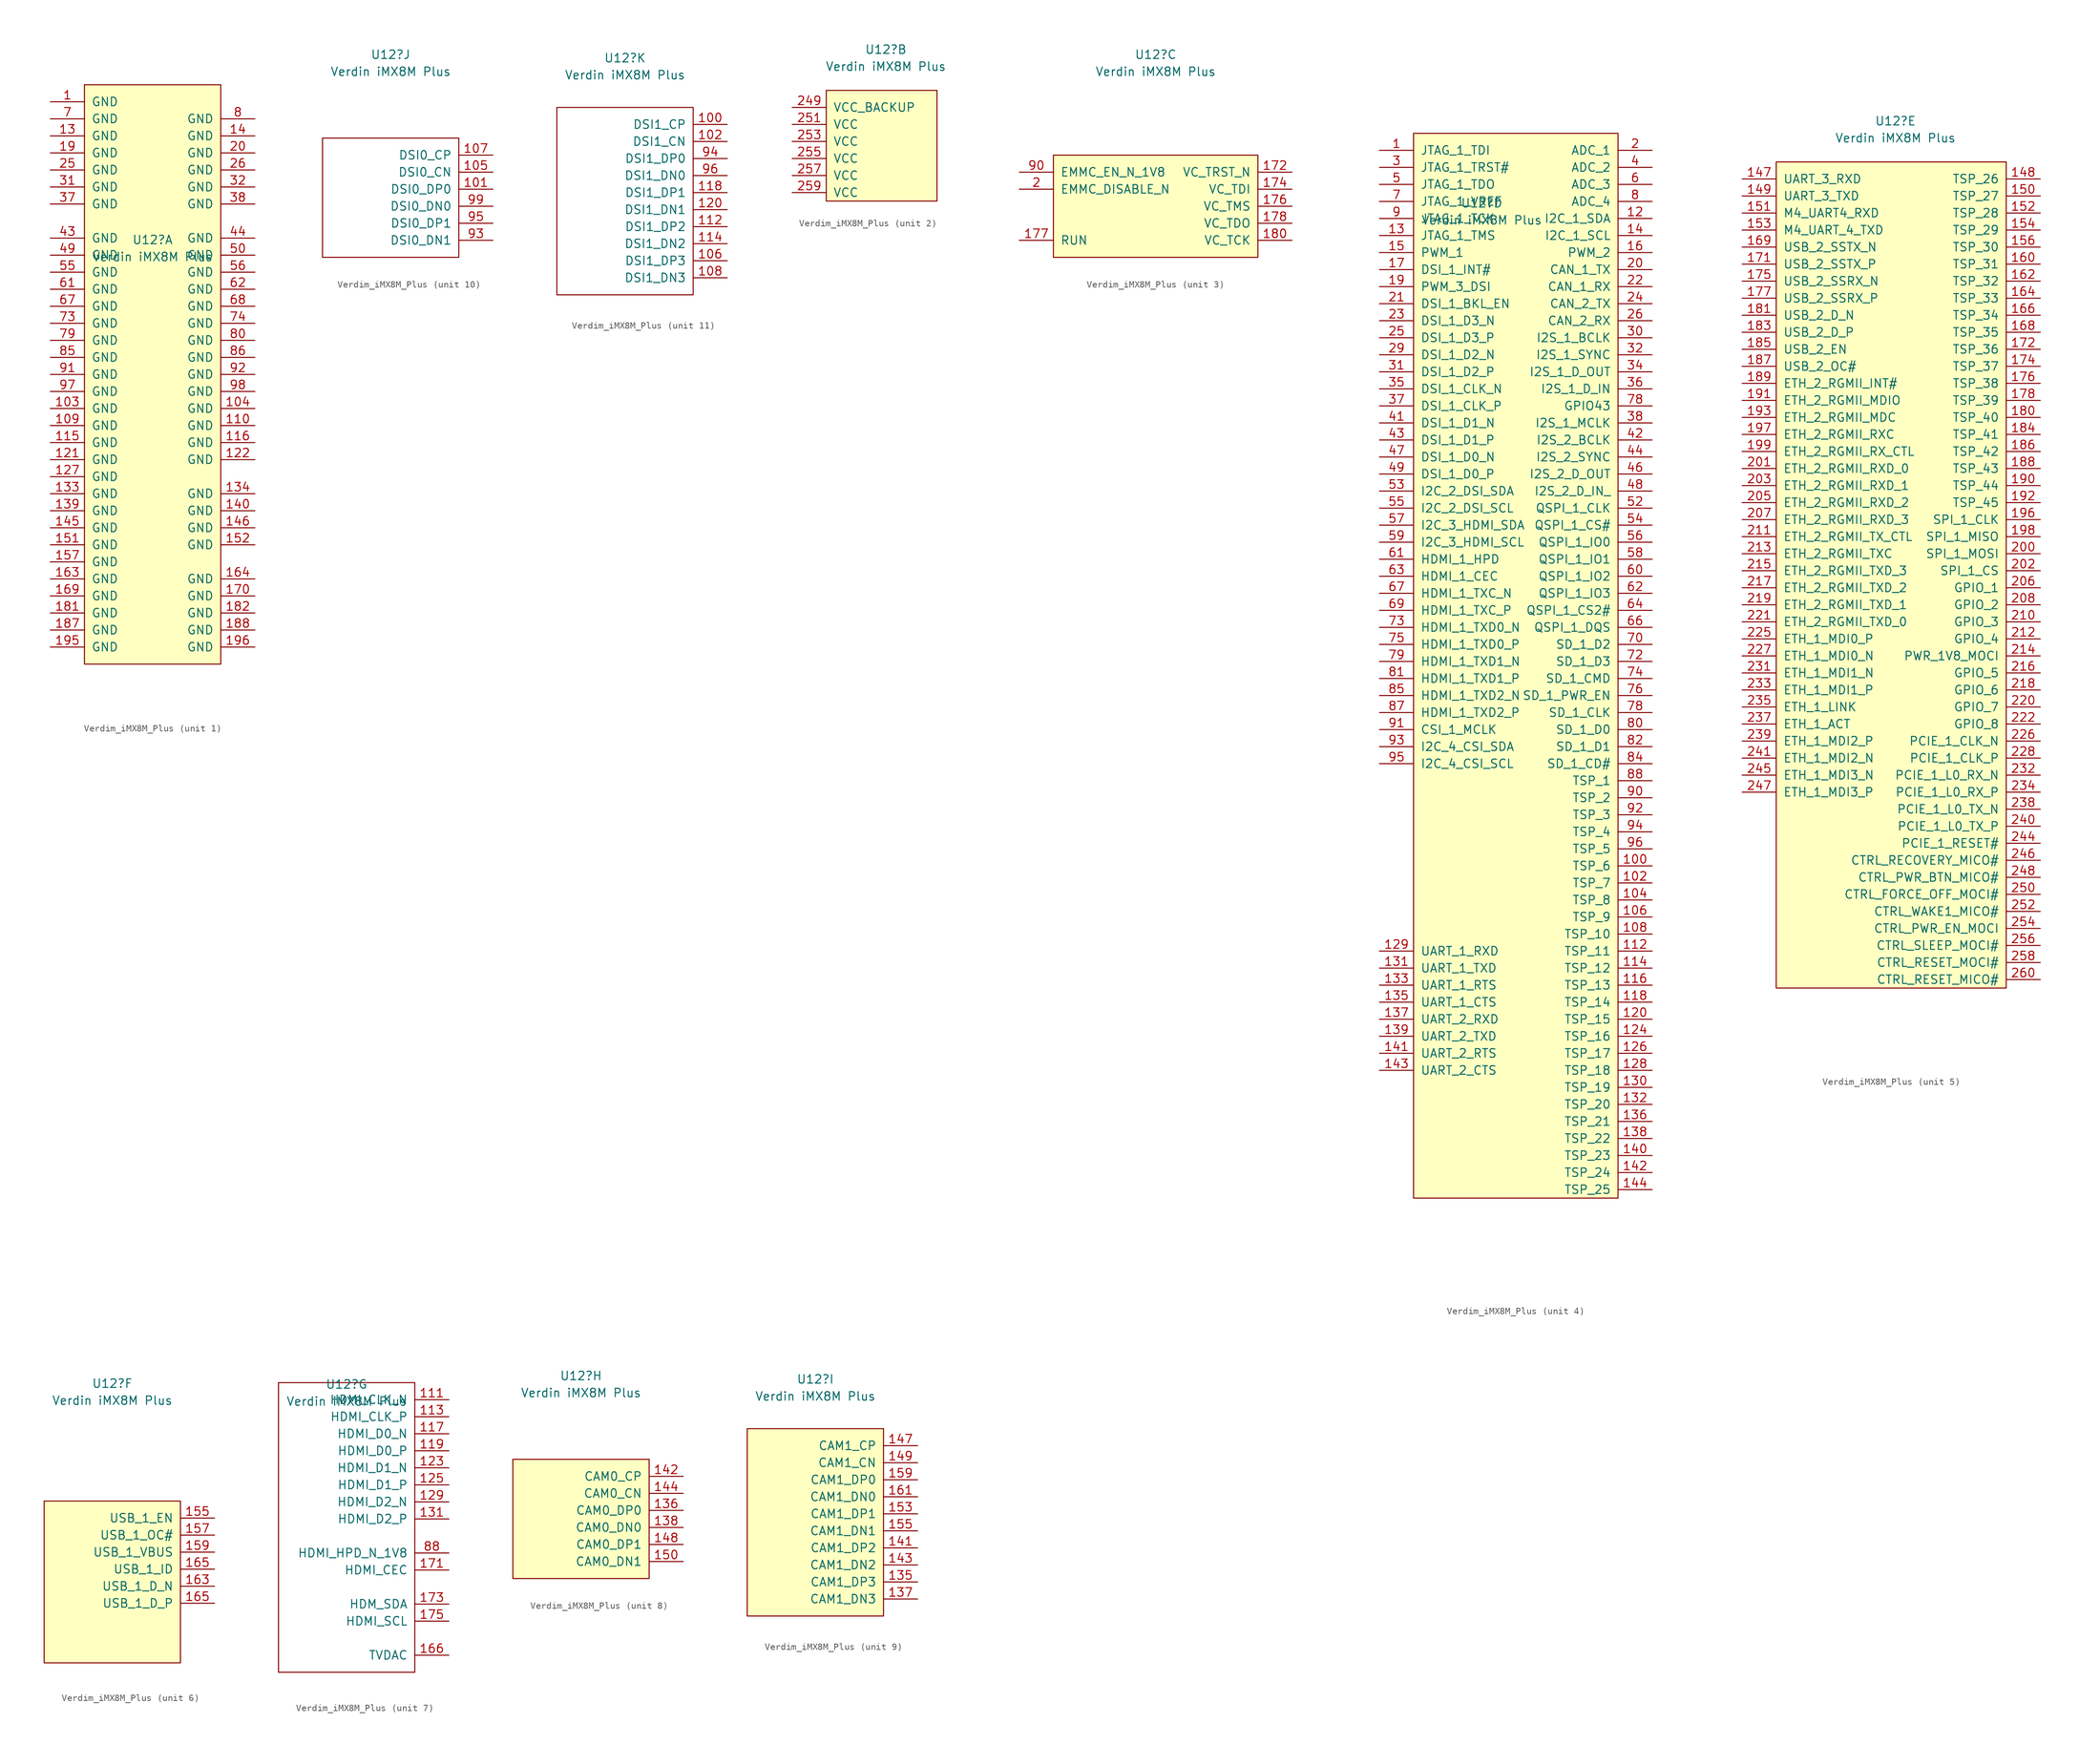
<source format=kicad_sym>
(kicad_symbol_lib
  (version 20220914)
  (generator kicad_symbol_editor)
  (symbol "Verdim_iMX8M_Plus"
    (pin_names
      (offset 1.016))
    (property "Reference" "U12"
      (at 0 22.606 0)
      (effects (font (size 1.27 1.27))))
    (property "Value" "Verdin iMX8M Plus"
      (at 0 20.066 0)
      (effects (font (size 1.27 1.27))))
    (property "ki_locked" ""
      (at 0 0 0)
      (effects (font (size 1.27 1.27))))
    (symbol "Verdim_iMX8M_Plus_1_1"
      (rectangle (start -10.16 45.72) (end 10.16 -40.64) (stroke (width 0) (type default)) (fill (type background)))
      (pin power_in line (at -15.24 43.18 0) (length 5.08) (name "GND" (effects (font (size 1.27 1.27)))) (number "1" (effects (font (size 1.27 1.27)))))
      (pin power_in line (at -15.24 -2.54 0) (length 5.08) (name "GND" (effects (font (size 1.27 1.27)))) (number "103" (effects (font (size 1.27 1.27)))))
      (pin power_in line (at 15.24 -2.54 180) (length 5.08) (name "GND" (effects (font (size 1.27 1.27)))) (number "104" (effects (font (size 1.27 1.27)))))
      (pin power_in line (at -15.24 -5.08 0) (length 5.08) (name "GND" (effects (font (size 1.27 1.27)))) (number "109" (effects (font (size 1.27 1.27)))))
      (pin power_in line (at 15.24 -5.08 180) (length 5.08) (name "GND" (effects (font (size 1.27 1.27)))) (number "110" (effects (font (size 1.27 1.27)))))
      (pin power_in line (at -15.24 -7.62 0) (length 5.08) (name "GND" (effects (font (size 1.27 1.27)))) (number "115" (effects (font (size 1.27 1.27)))))
      (pin power_in line (at 15.24 -7.62 180) (length 5.08) (name "GND" (effects (font (size 1.27 1.27)))) (number "116" (effects (font (size 1.27 1.27)))))
      (pin power_in line (at -15.24 -10.16 0) (length 5.08) (name "GND" (effects (font (size 1.27 1.27)))) (number "121" (effects (font (size 1.27 1.27)))))
      (pin power_in line (at 15.24 -10.16 180) (length 5.08) (name "GND" (effects (font (size 1.27 1.27)))) (number "122" (effects (font (size 1.27 1.27)))))
      (pin power_in line (at -15.24 -12.7 0) (length 5.08) (name "GND" (effects (font (size 1.27 1.27)))) (number "127" (effects (font (size 1.27 1.27)))))
      (pin power_in line (at -15.24 38.1 0) (length 5.08) (name "GND" (effects (font (size 1.27 1.27)))) (number "13" (effects (font (size 1.27 1.27)))))
      (pin power_in line (at -15.24 -15.24 0) (length 5.08) (name "GND" (effects (font (size 1.27 1.27)))) (number "133" (effects (font (size 1.27 1.27)))))
      (pin power_in line (at 15.24 -15.24 180) (length 5.08) (name "GND" (effects (font (size 1.27 1.27)))) (number "134" (effects (font (size 1.27 1.27)))))
      (pin power_in line (at -15.24 -17.78 0) (length 5.08) (name "GND" (effects (font (size 1.27 1.27)))) (number "139" (effects (font (size 1.27 1.27)))))
      (pin power_in line (at 15.24 38.1 180) (length 5.08) (name "GND" (effects (font (size 1.27 1.27)))) (number "14" (effects (font (size 1.27 1.27)))))
      (pin power_in line (at 15.24 -17.78 180) (length 5.08) (name "GND" (effects (font (size 1.27 1.27)))) (number "140" (effects (font (size 1.27 1.27)))))
      (pin power_in line (at -15.24 -20.32 0) (length 5.08) (name "GND" (effects (font (size 1.27 1.27)))) (number "145" (effects (font (size 1.27 1.27)))))
      (pin power_in line (at 15.24 -20.32 180) (length 5.08) (name "GND" (effects (font (size 1.27 1.27)))) (number "146" (effects (font (size 1.27 1.27)))))
      (pin power_in line (at -15.24 -22.86 0) (length 5.08) (name "GND" (effects (font (size 1.27 1.27)))) (number "151" (effects (font (size 1.27 1.27)))))
      (pin power_in line (at 15.24 -22.86 180) (length 5.08) (name "GND" (effects (font (size 1.27 1.27)))) (number "152" (effects (font (size 1.27 1.27)))))
      (pin power_in line (at -15.24 -25.4 0) (length 5.08) (name "GND" (effects (font (size 1.27 1.27)))) (number "157" (effects (font (size 1.27 1.27)))))
      (pin power_in line (at -15.24 -27.94 0) (length 5.08) (name "GND" (effects (font (size 1.27 1.27)))) (number "163" (effects (font (size 1.27 1.27)))))
      (pin power_in line (at 15.24 -27.94 180) (length 5.08) (name "GND" (effects (font (size 1.27 1.27)))) (number "164" (effects (font (size 1.27 1.27)))))
      (pin power_in line (at -15.24 -30.48 0) (length 5.08) (name "GND" (effects (font (size 1.27 1.27)))) (number "169" (effects (font (size 1.27 1.27)))))
      (pin power_in line (at 15.24 -30.48 180) (length 5.08) (name "GND" (effects (font (size 1.27 1.27)))) (number "170" (effects (font (size 1.27 1.27)))))
      (pin power_in line (at -15.24 -33.02 0) (length 5.08) (name "GND" (effects (font (size 1.27 1.27)))) (number "181" (effects (font (size 1.27 1.27)))))
      (pin power_in line (at 15.24 -33.02 180) (length 5.08) (name "GND" (effects (font (size 1.27 1.27)))) (number "182" (effects (font (size 1.27 1.27)))))
      (pin power_in line (at -15.24 -35.56 0) (length 5.08) (name "GND" (effects (font (size 1.27 1.27)))) (number "187" (effects (font (size 1.27 1.27)))))
      (pin power_in line (at 15.24 -35.56 180) (length 5.08) (name "GND" (effects (font (size 1.27 1.27)))) (number "188" (effects (font (size 1.27 1.27)))))
      (pin power_in line (at -15.24 35.56 0) (length 5.08) (name "GND" (effects (font (size 1.27 1.27)))) (number "19" (effects (font (size 1.27 1.27)))))
      (pin power_in line (at -15.24 -38.1 0) (length 5.08) (name "GND" (effects (font (size 1.27 1.27)))) (number "195" (effects (font (size 1.27 1.27)))))
      (pin power_in line (at 15.24 -38.1 180) (length 5.08) (name "GND" (effects (font (size 1.27 1.27)))) (number "196" (effects (font (size 1.27 1.27)))))
      (pin power_in line (at 15.24 35.56 180) (length 5.08) (name "GND" (effects (font (size 1.27 1.27)))) (number "20" (effects (font (size 1.27 1.27)))))
      (pin power_in line (at -15.24 33.02 0) (length 5.08) (name "GND" (effects (font (size 1.27 1.27)))) (number "25" (effects (font (size 1.27 1.27)))))
      (pin power_in line (at 15.24 33.02 180) (length 5.08) (name "GND" (effects (font (size 1.27 1.27)))) (number "26" (effects (font (size 1.27 1.27)))))
      (pin power_in line (at -15.24 30.48 0) (length 5.08) (name "GND" (effects (font (size 1.27 1.27)))) (number "31" (effects (font (size 1.27 1.27)))))
      (pin power_in line (at 15.24 30.48 180) (length 5.08) (name "GND" (effects (font (size 1.27 1.27)))) (number "32" (effects (font (size 1.27 1.27)))))
      (pin power_in line (at -15.24 27.94 0) (length 5.08) (name "GND" (effects (font (size 1.27 1.27)))) (number "37" (effects (font (size 1.27 1.27)))))
      (pin power_in line (at 15.24 27.94 180) (length 5.08) (name "GND" (effects (font (size 1.27 1.27)))) (number "38" (effects (font (size 1.27 1.27)))))
      (pin power_in line (at -15.24 22.86 0) (length 5.08) (name "GND" (effects (font (size 1.27 1.27)))) (number "43" (effects (font (size 1.27 1.27)))))
      (pin power_in line (at 15.24 22.86 180) (length 5.08) (name "GND" (effects (font (size 1.27 1.27)))) (number "44" (effects (font (size 1.27 1.27)))))
      (pin power_in line (at -15.24 20.32 0) (length 5.08) (name "GND" (effects (font (size 1.27 1.27)))) (number "49" (effects (font (size 1.27 1.27)))))
      (pin power_in line (at 15.24 20.32 180) (length 5.08) (name "GND" (effects (font (size 1.27 1.27)))) (number "50" (effects (font (size 1.27 1.27)))))
      (pin power_in line (at -15.24 17.78 0) (length 5.08) (name "GND" (effects (font (size 1.27 1.27)))) (number "55" (effects (font (size 1.27 1.27)))))
      (pin power_in line (at 15.24 17.78 180) (length 5.08) (name "GND" (effects (font (size 1.27 1.27)))) (number "56" (effects (font (size 1.27 1.27)))))
      (pin power_in line (at -15.24 15.24 0) (length 5.08) (name "GND" (effects (font (size 1.27 1.27)))) (number "61" (effects (font (size 1.27 1.27)))))
      (pin power_in line (at 15.24 15.24 180) (length 5.08) (name "GND" (effects (font (size 1.27 1.27)))) (number "62" (effects (font (size 1.27 1.27)))))
      (pin power_in line (at -15.24 12.7 0) (length 5.08) (name "GND" (effects (font (size 1.27 1.27)))) (number "67" (effects (font (size 1.27 1.27)))))
      (pin power_in line (at 15.24 12.7 180) (length 5.08) (name "GND" (effects (font (size 1.27 1.27)))) (number "68" (effects (font (size 1.27 1.27)))))
      (pin power_in line (at -15.24 40.64 0) (length 5.08) (name "GND" (effects (font (size 1.27 1.27)))) (number "7" (effects (font (size 1.27 1.27)))))
      (pin power_in line (at -15.24 10.16 0) (length 5.08) (name "GND" (effects (font (size 1.27 1.27)))) (number "73" (effects (font (size 1.27 1.27)))))
      (pin power_in line (at 15.24 10.16 180) (length 5.08) (name "GND" (effects (font (size 1.27 1.27)))) (number "74" (effects (font (size 1.27 1.27)))))
      (pin power_in line (at -15.24 7.62 0) (length 5.08) (name "GND" (effects (font (size 1.27 1.27)))) (number "79" (effects (font (size 1.27 1.27)))))
      (pin power_in line (at 15.24 40.64 180) (length 5.08) (name "GND" (effects (font (size 1.27 1.27)))) (number "8" (effects (font (size 1.27 1.27)))))
      (pin power_in line (at 15.24 7.62 180) (length 5.08) (name "GND" (effects (font (size 1.27 1.27)))) (number "80" (effects (font (size 1.27 1.27)))))
      (pin power_in line (at -15.24 5.08 0) (length 5.08) (name "GND" (effects (font (size 1.27 1.27)))) (number "85" (effects (font (size 1.27 1.27)))))
      (pin power_in line (at 15.24 5.08 180) (length 5.08) (name "GND" (effects (font (size 1.27 1.27)))) (number "86" (effects (font (size 1.27 1.27)))))
      (pin power_in line (at -15.24 2.54 0) (length 5.08) (name "GND" (effects (font (size 1.27 1.27)))) (number "91" (effects (font (size 1.27 1.27)))))
      (pin power_in line (at 15.24 2.54 180) (length 5.08) (name "GND" (effects (font (size 1.27 1.27)))) (number "92" (effects (font (size 1.27 1.27)))))
      (pin power_in line (at -15.24 0 0) (length 5.08) (name "GND" (effects (font (size 1.27 1.27)))) (number "97" (effects (font (size 1.27 1.27)))))
      (pin power_in line (at 15.24 0 180) (length 5.08) (name "GND" (effects (font (size 1.27 1.27)))) (number "98" (effects (font (size 1.27 1.27))))))
    (symbol "Verdim_iMX8M_Plus_2_1"
      (rectangle (start -8.89 16.51) (end 7.62 0) (stroke (width 0) (type default)) (fill (type background)))
      (pin power_in line (at -13.97 13.97 0) (length 5.08) (name "VCC_BACKUP" (effects (font (size 1.27 1.27)))) (number "249" (effects (font (size 1.27 1.27)))))
      (pin power_in line (at -13.97 11.43 0) (length 5.08) (name "VCC" (effects (font (size 1.27 1.27)))) (number "251" (effects (font (size 1.27 1.27)))))
      (pin power_in line (at -13.97 8.89 0) (length 5.08) (name "VCC" (effects (font (size 1.27 1.27)))) (number "253" (effects (font (size 1.27 1.27)))))
      (pin power_in line (at -13.97 6.35 0) (length 5.08) (name "VCC" (effects (font (size 1.27 1.27)))) (number "255" (effects (font (size 1.27 1.27)))))
      (pin power_in line (at -13.97 3.81 0) (length 5.08) (name "VCC" (effects (font (size 1.27 1.27)))) (number "257" (effects (font (size 1.27 1.27)))))
      (pin power_in line (at -13.97 1.27 0) (length 5.08) (name "VCC" (effects (font (size 1.27 1.27)))) (number "259" (effects (font (size 1.27 1.27))))))
    (symbol "Verdim_iMX8M_Plus_3_1"
      (rectangle (start -15.24 7.62) (end 15.24 -7.62) (stroke (width 0) (type default)) (fill (type background)))
      (pin input line (at 20.32 5.08 180) (length 5.08) (name "VC_TRST_N" (effects (font (size 1.27 1.27)))) (number "172" (effects (font (size 1.27 1.27)))))
      (pin input line (at 20.32 2.54 180) (length 5.08) (name "VC_TDI" (effects (font (size 1.27 1.27)))) (number "174" (effects (font (size 1.27 1.27)))))
      (pin input line (at 20.32 0 180) (length 5.08) (name "VC_TMS" (effects (font (size 1.27 1.27)))) (number "176" (effects (font (size 1.27 1.27)))))
      (pin input line (at -20.32 -5.08 0) (length 5.08) (name "RUN" (effects (font (size 1.27 1.27)))) (number "177" (effects (font (size 1.27 1.27)))))
      (pin output line (at 20.32 -2.54 180) (length 5.08) (name "VC_TDO" (effects (font (size 1.27 1.27)))) (number "178" (effects (font (size 1.27 1.27)))))
      (pin input line (at 20.32 -5.08 180) (length 5.08) (name "VC_TCK" (effects (font (size 1.27 1.27)))) (number "180" (effects (font (size 1.27 1.27)))))
      (pin input line (at -20.32 2.54 0) (length 5.08) (name "EMMC_DISABLE_N" (effects (font (size 1.27 1.27)))) (number "2" (effects (font (size 1.27 1.27)))))
      (pin output line (at -20.32 5.08 0) (length 5.08) (name "EMMC_EN_N_1V8" (effects (font (size 1.27 1.27)))) (number "90" (effects (font (size 1.27 1.27))))))
    (symbol "Verdim_iMX8M_Plus_4_1"
      (rectangle (start -10.16 33.02) (end 20.32 -125.73) (stroke (width 0) (type default)) (fill (type background)))
      (pin bidirectional line (at -15.24 30.48 0) (length 5.08) (name "JTAG_1_TDI" (effects (font (size 1.27 1.27)))) (number "1" (effects (font (size 1.27 1.27)))))
      (pin bidirectional line (at 25.4 -76.2 180) (length 5.08) (name "TSP_6" (effects (font (size 1.27 1.27)))) (number "100" (effects (font (size 1.27 1.27)))))
      (pin bidirectional line (at 25.4 -78.74 180) (length 5.08) (name "TSP_7" (effects (font (size 1.27 1.27)))) (number "102" (effects (font (size 1.27 1.27)))))
      (pin bidirectional line (at 25.4 -81.28 180) (length 5.08) (name "TSP_8" (effects (font (size 1.27 1.27)))) (number "104" (effects (font (size 1.27 1.27)))))
      (pin bidirectional line (at 25.4 -83.82 180) (length 5.08) (name "TSP_9" (effects (font (size 1.27 1.27)))) (number "106" (effects (font (size 1.27 1.27)))))
      (pin bidirectional line (at 25.4 -86.36 180) (length 5.08) (name "TSP_10" (effects (font (size 1.27 1.27)))) (number "108" (effects (font (size 1.27 1.27)))))
      (pin bidirectional line (at 25.4 -88.9 180) (length 5.08) (name "TSP_11" (effects (font (size 1.27 1.27)))) (number "112" (effects (font (size 1.27 1.27)))))
      (pin bidirectional line (at 25.4 -91.44 180) (length 5.08) (name "TSP_12" (effects (font (size 1.27 1.27)))) (number "114" (effects (font (size 1.27 1.27)))))
      (pin bidirectional line (at 25.4 -93.98 180) (length 5.08) (name "TSP_13" (effects (font (size 1.27 1.27)))) (number "116" (effects (font (size 1.27 1.27)))))
      (pin bidirectional line (at 25.4 -96.52 180) (length 5.08) (name "TSP_14" (effects (font (size 1.27 1.27)))) (number "118" (effects (font (size 1.27 1.27)))))
      (pin bidirectional line (at 25.4 20.32 180) (length 5.08) (name "I2C_1_SDA" (effects (font (size 1.27 1.27)))) (number "12" (effects (font (size 1.27 1.27)))))
      (pin bidirectional line (at 25.4 -99.06 180) (length 5.08) (name "TSP_15" (effects (font (size 1.27 1.27)))) (number "120" (effects (font (size 1.27 1.27)))))
      (pin bidirectional line (at 25.4 -101.6 180) (length 5.08) (name "TSP_16" (effects (font (size 1.27 1.27)))) (number "124" (effects (font (size 1.27 1.27)))))
      (pin bidirectional line (at 25.4 -104.14 180) (length 5.08) (name "TSP_17" (effects (font (size 1.27 1.27)))) (number "126" (effects (font (size 1.27 1.27)))))
      (pin bidirectional line (at 25.4 -106.68 180) (length 5.08) (name "TSP_18" (effects (font (size 1.27 1.27)))) (number "128" (effects (font (size 1.27 1.27)))))
      (pin bidirectional line (at -15.24 -88.9 0) (length 5.08) (name "UART_1_RXD" (effects (font (size 1.27 1.27)))) (number "129" (effects (font (size 1.27 1.27)))))
      (pin bidirectional line (at -15.24 17.78 0) (length 5.08) (name "JTAG_1_TMS" (effects (font (size 1.27 1.27)))) (number "13" (effects (font (size 1.27 1.27)))))
      (pin bidirectional line (at 25.4 -109.22 180) (length 5.08) (name "TSP_19" (effects (font (size 1.27 1.27)))) (number "130" (effects (font (size 1.27 1.27)))))
      (pin bidirectional line (at -15.24 -91.44 0) (length 5.08) (name "UART_1_TXD" (effects (font (size 1.27 1.27)))) (number "131" (effects (font (size 1.27 1.27)))))
      (pin bidirectional line (at 25.4 -111.76 180) (length 5.08) (name "TSP_20" (effects (font (size 1.27 1.27)))) (number "132" (effects (font (size 1.27 1.27)))))
      (pin bidirectional line (at -15.24 -93.98 0) (length 5.08) (name "UART_1_RTS" (effects (font (size 1.27 1.27)))) (number "133" (effects (font (size 1.27 1.27)))))
      (pin bidirectional line (at -15.24 -96.52 0) (length 5.08) (name "UART_1_CTS" (effects (font (size 1.27 1.27)))) (number "135" (effects (font (size 1.27 1.27)))))
      (pin bidirectional line (at 25.4 -114.3 180) (length 5.08) (name "TSP_21" (effects (font (size 1.27 1.27)))) (number "136" (effects (font (size 1.27 1.27)))))
      (pin bidirectional line (at -15.24 -99.06 0) (length 5.08) (name "UART_2_RXD" (effects (font (size 1.27 1.27)))) (number "137" (effects (font (size 1.27 1.27)))))
      (pin bidirectional line (at 25.4 -116.84 180) (length 5.08) (name "TSP_22" (effects (font (size 1.27 1.27)))) (number "138" (effects (font (size 1.27 1.27)))))
      (pin bidirectional line (at -15.24 -101.6 0) (length 5.08) (name "UART_2_TXD" (effects (font (size 1.27 1.27)))) (number "139" (effects (font (size 1.27 1.27)))))
      (pin bidirectional line (at 25.4 17.78 180) (length 5.08) (name "I2C_1_SCL" (effects (font (size 1.27 1.27)))) (number "14" (effects (font (size 1.27 1.27)))))
      (pin bidirectional line (at 25.4 -119.38 180) (length 5.08) (name "TSP_23" (effects (font (size 1.27 1.27)))) (number "140" (effects (font (size 1.27 1.27)))))
      (pin bidirectional line (at -15.24 -104.14 0) (length 5.08) (name "UART_2_RTS" (effects (font (size 1.27 1.27)))) (number "141" (effects (font (size 1.27 1.27)))))
      (pin bidirectional line (at 25.4 -121.92 180) (length 5.08) (name "TSP_24" (effects (font (size 1.27 1.27)))) (number "142" (effects (font (size 1.27 1.27)))))
      (pin bidirectional line (at -15.24 -106.68 0) (length 5.08) (name "UART_2_CTS" (effects (font (size 1.27 1.27)))) (number "143" (effects (font (size 1.27 1.27)))))
      (pin bidirectional line (at 25.4 -124.46 180) (length 5.08) (name "TSP_25" (effects (font (size 1.27 1.27)))) (number "144" (effects (font (size 1.27 1.27)))))
      (pin bidirectional line (at -15.24 15.24 0) (length 5.08) (name "PWM_1" (effects (font (size 1.27 1.27)))) (number "15" (effects (font (size 1.27 1.27)))))
      (pin bidirectional line (at 25.4 15.24 180) (length 5.08) (name "PWM_2" (effects (font (size 1.27 1.27)))) (number "16" (effects (font (size 1.27 1.27)))))
      (pin bidirectional line (at -15.24 12.7 0) (length 5.08) (name "DSI_1_INT#" (effects (font (size 1.27 1.27)))) (number "17" (effects (font (size 1.27 1.27)))))
      (pin bidirectional line (at -15.24 10.16 0) (length 5.08) (name "PWM_3_DSI" (effects (font (size 1.27 1.27)))) (number "19" (effects (font (size 1.27 1.27)))))
      (pin bidirectional line (at 25.4 30.48 180) (length 5.08) (name "ADC_1" (effects (font (size 1.27 1.27)))) (number "2" (effects (font (size 1.27 1.27)))))
      (pin bidirectional line (at 25.4 12.7 180) (length 5.08) (name "CAN_1_TX" (effects (font (size 1.27 1.27)))) (number "20" (effects (font (size 1.27 1.27)))))
      (pin bidirectional line (at -15.24 7.62 0) (length 5.08) (name "DSI_1_BKL_EN" (effects (font (size 1.27 1.27)))) (number "21" (effects (font (size 1.27 1.27)))))
      (pin bidirectional line (at 25.4 10.16 180) (length 5.08) (name "CAN_1_RX" (effects (font (size 1.27 1.27)))) (number "22" (effects (font (size 1.27 1.27)))))
      (pin bidirectional line (at -15.24 5.08 0) (length 5.08) (name "DSI_1_D3_N" (effects (font (size 1.27 1.27)))) (number "23" (effects (font (size 1.27 1.27)))))
      (pin bidirectional line (at 25.4 7.62 180) (length 5.08) (name "CAN_2_TX" (effects (font (size 1.27 1.27)))) (number "24" (effects (font (size 1.27 1.27)))))
      (pin bidirectional line (at -15.24 2.54 0) (length 5.08) (name "DSI_1_D3_P" (effects (font (size 1.27 1.27)))) (number "25" (effects (font (size 1.27 1.27)))))
      (pin bidirectional line (at 25.4 5.08 180) (length 5.08) (name "CAN_2_RX" (effects (font (size 1.27 1.27)))) (number "26" (effects (font (size 1.27 1.27)))))
      (pin bidirectional line (at -15.24 0 0) (length 5.08) (name "DSI_1_D2_N" (effects (font (size 1.27 1.27)))) (number "29" (effects (font (size 1.27 1.27)))))
      (pin bidirectional line (at -15.24 27.94 0) (length 5.08) (name "JTAG_1_TRST#" (effects (font (size 1.27 1.27)))) (number "3" (effects (font (size 1.27 1.27)))))
      (pin bidirectional line (at 25.4 2.54 180) (length 5.08) (name "I2S_1_BCLK" (effects (font (size 1.27 1.27)))) (number "30" (effects (font (size 1.27 1.27)))))
      (pin bidirectional line (at -15.24 -2.54 0) (length 5.08) (name "DSI_1_D2_P" (effects (font (size 1.27 1.27)))) (number "31" (effects (font (size 1.27 1.27)))))
      (pin bidirectional line (at 25.4 0 180) (length 5.08) (name "I2S_1_SYNC" (effects (font (size 1.27 1.27)))) (number "32" (effects (font (size 1.27 1.27)))))
      (pin bidirectional line (at 25.4 -2.54 180) (length 5.08) (name "I2S_1_D_OUT" (effects (font (size 1.27 1.27)))) (number "34" (effects (font (size 1.27 1.27)))))
      (pin bidirectional line (at -15.24 -5.08 0) (length 5.08) (name "DSI_1_CLK_N" (effects (font (size 1.27 1.27)))) (number "35" (effects (font (size 1.27 1.27)))))
      (pin bidirectional line (at 25.4 -5.08 180) (length 5.08) (name "I2S_1_D_IN" (effects (font (size 1.27 1.27)))) (number "36" (effects (font (size 1.27 1.27)))))
      (pin bidirectional line (at -15.24 -7.62 0) (length 5.08) (name "DSI_1_CLK_P" (effects (font (size 1.27 1.27)))) (number "37" (effects (font (size 1.27 1.27)))))
      (pin bidirectional line (at 25.4 -10.16 180) (length 5.08) (name "I2S_1_MCLK" (effects (font (size 1.27 1.27)))) (number "38" (effects (font (size 1.27 1.27)))))
      (pin bidirectional line (at 25.4 27.94 180) (length 5.08) (name "ADC_2" (effects (font (size 1.27 1.27)))) (number "4" (effects (font (size 1.27 1.27)))))
      (pin bidirectional line (at -15.24 -10.16 0) (length 5.08) (name "DSI_1_D1_N" (effects (font (size 1.27 1.27)))) (number "41" (effects (font (size 1.27 1.27)))))
      (pin bidirectional line (at 25.4 -12.7 180) (length 5.08) (name "I2S_2_BCLK" (effects (font (size 1.27 1.27)))) (number "42" (effects (font (size 1.27 1.27)))))
      (pin bidirectional line (at -15.24 -12.7 0) (length 5.08) (name "DSI_1_D1_P" (effects (font (size 1.27 1.27)))) (number "43" (effects (font (size 1.27 1.27)))))
      (pin bidirectional line (at 25.4 -15.24 180) (length 5.08) (name "I2S_2_SYNC" (effects (font (size 1.27 1.27)))) (number "44" (effects (font (size 1.27 1.27)))))
      (pin bidirectional line (at 25.4 -17.78 180) (length 5.08) (name "I2S_2_D_OUT" (effects (font (size 1.27 1.27)))) (number "46" (effects (font (size 1.27 1.27)))))
      (pin bidirectional line (at -15.24 -15.24 0) (length 5.08) (name "DSI_1_D0_N" (effects (font (size 1.27 1.27)))) (number "47" (effects (font (size 1.27 1.27)))))
      (pin bidirectional line (at 25.4 -20.32 180) (length 5.08) (name "I2S_2_D_IN_" (effects (font (size 1.27 1.27)))) (number "48" (effects (font (size 1.27 1.27)))))
      (pin bidirectional line (at -15.24 -17.78 0) (length 5.08) (name "DSI_1_D0_P" (effects (font (size 1.27 1.27)))) (number "49" (effects (font (size 1.27 1.27)))))
      (pin bidirectional line (at -15.24 25.4 0) (length 5.08) (name "JTAG_1_TDO" (effects (font (size 1.27 1.27)))) (number "5" (effects (font (size 1.27 1.27)))))
      (pin bidirectional line (at 25.4 -22.86 180) (length 5.08) (name "QSPI_1_CLK" (effects (font (size 1.27 1.27)))) (number "52" (effects (font (size 1.27 1.27)))))
      (pin bidirectional line (at -15.24 -20.32 0) (length 5.08) (name "I2C_2_DSI_SDA" (effects (font (size 1.27 1.27)))) (number "53" (effects (font (size 1.27 1.27)))))
      (pin bidirectional line (at 25.4 -25.4 180) (length 5.08) (name "QSPI_1_CS#" (effects (font (size 1.27 1.27)))) (number "54" (effects (font (size 1.27 1.27)))))
      (pin bidirectional line (at -15.24 -22.86 0) (length 5.08) (name "I2C_2_DSI_SCL" (effects (font (size 1.27 1.27)))) (number "55" (effects (font (size 1.27 1.27)))))
      (pin bidirectional line (at 25.4 -27.94 180) (length 5.08) (name "QSPI_1_IO0" (effects (font (size 1.27 1.27)))) (number "56" (effects (font (size 1.27 1.27)))))
      (pin bidirectional line (at -15.24 -25.4 0) (length 5.08) (name "I2C_3_HDMI_SDA" (effects (font (size 1.27 1.27)))) (number "57" (effects (font (size 1.27 1.27)))))
      (pin bidirectional line (at 25.4 -30.48 180) (length 5.08) (name "QSPI_1_IO1" (effects (font (size 1.27 1.27)))) (number "58" (effects (font (size 1.27 1.27)))))
      (pin bidirectional line (at -15.24 -27.94 0) (length 5.08) (name "I2C_3_HDMI_SCL" (effects (font (size 1.27 1.27)))) (number "59" (effects (font (size 1.27 1.27)))))
      (pin bidirectional line (at 25.4 25.4 180) (length 5.08) (name "ADC_3" (effects (font (size 1.27 1.27)))) (number "6" (effects (font (size 1.27 1.27)))))
      (pin bidirectional line (at 25.4 -33.02 180) (length 5.08) (name "QSPI_1_IO2" (effects (font (size 1.27 1.27)))) (number "60" (effects (font (size 1.27 1.27)))))
      (pin bidirectional line (at -15.24 -30.48 0) (length 5.08) (name "HDMI_1_HPD" (effects (font (size 1.27 1.27)))) (number "61" (effects (font (size 1.27 1.27)))))
      (pin bidirectional line (at 25.4 -35.56 180) (length 5.08) (name "QSPI_1_IO3" (effects (font (size 1.27 1.27)))) (number "62" (effects (font (size 1.27 1.27)))))
      (pin bidirectional line (at -15.24 -33.02 0) (length 5.08) (name "HDMI_1_CEC" (effects (font (size 1.27 1.27)))) (number "63" (effects (font (size 1.27 1.27)))))
      (pin bidirectional line (at 25.4 -38.1 180) (length 5.08) (name "QSPI_1_CS2#" (effects (font (size 1.27 1.27)))) (number "64" (effects (font (size 1.27 1.27)))))
      (pin bidirectional line (at 25.4 -40.64 180) (length 5.08) (name "QSPI_1_DQS" (effects (font (size 1.27 1.27)))) (number "66" (effects (font (size 1.27 1.27)))))
      (pin bidirectional line (at -15.24 -35.56 0) (length 5.08) (name "HDMI_1_TXC_N" (effects (font (size 1.27 1.27)))) (number "67" (effects (font (size 1.27 1.27)))))
      (pin bidirectional line (at -15.24 -38.1 0) (length 5.08) (name "HDMI_1_TXC_P" (effects (font (size 1.27 1.27)))) (number "69" (effects (font (size 1.27 1.27)))))
      (pin bidirectional line (at -15.24 22.86 0) (length 5.08) (name "JTAG_1_VREF" (effects (font (size 1.27 1.27)))) (number "7" (effects (font (size 1.27 1.27)))))
      (pin bidirectional line (at 25.4 -43.18 180) (length 5.08) (name "SD_1_D2" (effects (font (size 1.27 1.27)))) (number "70" (effects (font (size 1.27 1.27)))))
      (pin bidirectional line (at 25.4 -45.72 180) (length 5.08) (name "SD_1_D3" (effects (font (size 1.27 1.27)))) (number "72" (effects (font (size 1.27 1.27)))))
      (pin bidirectional line (at -15.24 -40.64 0) (length 5.08) (name "HDMI_1_TXD0_N" (effects (font (size 1.27 1.27)))) (number "73" (effects (font (size 1.27 1.27)))))
      (pin bidirectional line (at 25.4 -48.26 180) (length 5.08) (name "SD_1_CMD" (effects (font (size 1.27 1.27)))) (number "74" (effects (font (size 1.27 1.27)))))
      (pin bidirectional line (at -15.24 -43.18 0) (length 5.08) (name "HDMI_1_TXD0_P" (effects (font (size 1.27 1.27)))) (number "75" (effects (font (size 1.27 1.27)))))
      (pin bidirectional line (at 25.4 -50.8 180) (length 5.08) (name "SD_1_PWR_EN" (effects (font (size 1.27 1.27)))) (number "76" (effects (font (size 1.27 1.27)))))
      (pin bidirectional line (at 25.4 -7.62 180) (length 5.08) (name "GPIO43" (effects (font (size 1.27 1.27)))) (number "78" (effects (font (size 1.27 1.27)))))
      (pin bidirectional line (at 25.4 -53.34 180) (length 5.08) (name "SD_1_CLK" (effects (font (size 1.27 1.27)))) (number "78" (effects (font (size 1.27 1.27)))))
      (pin bidirectional line (at -15.24 -45.72 0) (length 5.08) (name "HDMI_1_TXD1_N" (effects (font (size 1.27 1.27)))) (number "79" (effects (font (size 1.27 1.27)))))
      (pin bidirectional line (at 25.4 22.86 180) (length 5.08) (name "ADC_4" (effects (font (size 1.27 1.27)))) (number "8" (effects (font (size 1.27 1.27)))))
      (pin bidirectional line (at 25.4 -55.88 180) (length 5.08) (name "SD_1_D0" (effects (font (size 1.27 1.27)))) (number "80" (effects (font (size 1.27 1.27)))))
      (pin bidirectional line (at -15.24 -48.26 0) (length 5.08) (name "HDMI_1_TXD1_P" (effects (font (size 1.27 1.27)))) (number "81" (effects (font (size 1.27 1.27)))))
      (pin bidirectional line (at 25.4 -58.42 180) (length 5.08) (name "SD_1_D1" (effects (font (size 1.27 1.27)))) (number "82" (effects (font (size 1.27 1.27)))))
      (pin bidirectional line (at 25.4 -60.96 180) (length 5.08) (name "SD_1_CD#" (effects (font (size 1.27 1.27)))) (number "84" (effects (font (size 1.27 1.27)))))
      (pin bidirectional line (at -15.24 -50.8 0) (length 5.08) (name "HDMI_1_TXD2_N" (effects (font (size 1.27 1.27)))) (number "85" (effects (font (size 1.27 1.27)))))
      (pin bidirectional line (at -15.24 -53.34 0) (length 5.08) (name "HDMI_1_TXD2_P" (effects (font (size 1.27 1.27)))) (number "87" (effects (font (size 1.27 1.27)))))
      (pin bidirectional line (at 25.4 -63.5 180) (length 5.08) (name "TSP_1" (effects (font (size 1.27 1.27)))) (number "88" (effects (font (size 1.27 1.27)))))
      (pin bidirectional line (at -15.24 20.32 0) (length 5.08) (name "JTAG_1_TCK" (effects (font (size 1.27 1.27)))) (number "9" (effects (font (size 1.27 1.27)))))
      (pin bidirectional line (at 25.4 -66.04 180) (length 5.08) (name "TSP_2" (effects (font (size 1.27 1.27)))) (number "90" (effects (font (size 1.27 1.27)))))
      (pin bidirectional line (at -15.24 -55.88 0) (length 5.08) (name "CSI_1_MCLK" (effects (font (size 1.27 1.27)))) (number "91" (effects (font (size 1.27 1.27)))))
      (pin bidirectional line (at 25.4 -68.58 180) (length 5.08) (name "TSP_3" (effects (font (size 1.27 1.27)))) (number "92" (effects (font (size 1.27 1.27)))))
      (pin bidirectional line (at -15.24 -58.42 0) (length 5.08) (name "I2C_4_CSI_SDA" (effects (font (size 1.27 1.27)))) (number "93" (effects (font (size 1.27 1.27)))))
      (pin bidirectional line (at 25.4 -71.12 180) (length 5.08) (name "TSP_4" (effects (font (size 1.27 1.27)))) (number "94" (effects (font (size 1.27 1.27)))))
      (pin bidirectional line (at -15.24 -60.96 0) (length 5.08) (name "I2C_4_CSI_SCL" (effects (font (size 1.27 1.27)))) (number "95" (effects (font (size 1.27 1.27)))))
      (pin bidirectional line (at 25.4 -73.66 180) (length 5.08) (name "TSP_5" (effects (font (size 1.27 1.27)))) (number "96" (effects (font (size 1.27 1.27))))))
    (symbol "Verdim_iMX8M_Plus_5_1"
      (rectangle (start -17.78 16.51) (end 16.51 -106.68) (stroke (width 0) (type default)) (fill (type background)))
      (pin bidirectional line (at -22.86 13.97 0) (length 5.08) (name "UART_3_RXD" (effects (font (size 1.27 1.27)))) (number "147" (effects (font (size 1.27 1.27)))))
      (pin bidirectional line (at 21.59 13.97 180) (length 5.08) (name "TSP_26" (effects (font (size 1.27 1.27)))) (number "148" (effects (font (size 1.27 1.27)))))
      (pin bidirectional line (at -22.86 11.43 0) (length 5.08) (name "UART_3_TXD" (effects (font (size 1.27 1.27)))) (number "149" (effects (font (size 1.27 1.27)))))
      (pin bidirectional line (at 21.59 11.43 180) (length 5.08) (name "TSP_27" (effects (font (size 1.27 1.27)))) (number "150" (effects (font (size 1.27 1.27)))))
      (pin bidirectional line (at -22.86 8.89 0) (length 5.08) (name "M4_UART4_RXD" (effects (font (size 1.27 1.27)))) (number "151" (effects (font (size 1.27 1.27)))))
      (pin bidirectional line (at 21.59 8.89 180) (length 5.08) (name "TSP_28" (effects (font (size 1.27 1.27)))) (number "152" (effects (font (size 1.27 1.27)))))
      (pin bidirectional line (at -22.86 6.35 0) (length 5.08) (name "M4_UART_4_TXD" (effects (font (size 1.27 1.27)))) (number "153" (effects (font (size 1.27 1.27)))))
      (pin bidirectional line (at 21.59 6.35 180) (length 5.08) (name "TSP_29" (effects (font (size 1.27 1.27)))) (number "154" (effects (font (size 1.27 1.27)))))
      (pin bidirectional line (at 21.59 3.81 180) (length 5.08) (name "TSP_30" (effects (font (size 1.27 1.27)))) (number "156" (effects (font (size 1.27 1.27)))))
      (pin bidirectional line (at 21.59 1.27 180) (length 5.08) (name "TSP_31" (effects (font (size 1.27 1.27)))) (number "160" (effects (font (size 1.27 1.27)))))
      (pin bidirectional line (at 21.59 -1.27 180) (length 5.08) (name "TSP_32" (effects (font (size 1.27 1.27)))) (number "162" (effects (font (size 1.27 1.27)))))
      (pin bidirectional line (at 21.59 -3.81 180) (length 5.08) (name "TSP_33" (effects (font (size 1.27 1.27)))) (number "164" (effects (font (size 1.27 1.27)))))
      (pin bidirectional line (at 21.59 -6.35 180) (length 5.08) (name "TSP_34" (effects (font (size 1.27 1.27)))) (number "166" (effects (font (size 1.27 1.27)))))
      (pin bidirectional line (at 21.59 -8.89 180) (length 5.08) (name "TSP_35" (effects (font (size 1.27 1.27)))) (number "168" (effects (font (size 1.27 1.27)))))
      (pin bidirectional line (at -22.86 3.81 0) (length 5.08) (name "USB_2_SSTX_N" (effects (font (size 1.27 1.27)))) (number "169" (effects (font (size 1.27 1.27)))))
      (pin bidirectional line (at -22.86 1.27 0) (length 5.08) (name "USB_2_SSTX_P" (effects (font (size 1.27 1.27)))) (number "171" (effects (font (size 1.27 1.27)))))
      (pin bidirectional line (at 21.59 -11.43 180) (length 5.08) (name "TSP_36" (effects (font (size 1.27 1.27)))) (number "172" (effects (font (size 1.27 1.27)))))
      (pin bidirectional line (at 21.59 -13.97 180) (length 5.08) (name "TSP_37" (effects (font (size 1.27 1.27)))) (number "174" (effects (font (size 1.27 1.27)))))
      (pin bidirectional line (at -22.86 -1.27 0) (length 5.08) (name "USB_2_SSRX_N" (effects (font (size 1.27 1.27)))) (number "175" (effects (font (size 1.27 1.27)))))
      (pin bidirectional line (at 21.59 -16.51 180) (length 5.08) (name "TSP_38" (effects (font (size 1.27 1.27)))) (number "176" (effects (font (size 1.27 1.27)))))
      (pin bidirectional line (at -22.86 -3.81 0) (length 5.08) (name "USB_2_SSRX_P" (effects (font (size 1.27 1.27)))) (number "177" (effects (font (size 1.27 1.27)))))
      (pin bidirectional line (at 21.59 -19.05 180) (length 5.08) (name "TSP_39" (effects (font (size 1.27 1.27)))) (number "178" (effects (font (size 1.27 1.27)))))
      (pin bidirectional line (at 21.59 -21.59 180) (length 5.08) (name "TSP_40" (effects (font (size 1.27 1.27)))) (number "180" (effects (font (size 1.27 1.27)))))
      (pin bidirectional line (at -22.86 -6.35 0) (length 5.08) (name "USB_2_D_N" (effects (font (size 1.27 1.27)))) (number "181" (effects (font (size 1.27 1.27)))))
      (pin bidirectional line (at -22.86 -8.89 0) (length 5.08) (name "USB_2_D_P" (effects (font (size 1.27 1.27)))) (number "183" (effects (font (size 1.27 1.27)))))
      (pin bidirectional line (at 21.59 -24.13 180) (length 5.08) (name "TSP_41" (effects (font (size 1.27 1.27)))) (number "184" (effects (font (size 1.27 1.27)))))
      (pin bidirectional line (at -22.86 -11.43 0) (length 5.08) (name "USB_2_EN" (effects (font (size 1.27 1.27)))) (number "185" (effects (font (size 1.27 1.27)))))
      (pin bidirectional line (at 21.59 -26.67 180) (length 5.08) (name "TSP_42" (effects (font (size 1.27 1.27)))) (number "186" (effects (font (size 1.27 1.27)))))
      (pin bidirectional line (at -22.86 -13.97 0) (length 5.08) (name "USB_2_OC#" (effects (font (size 1.27 1.27)))) (number "187" (effects (font (size 1.27 1.27)))))
      (pin bidirectional line (at 21.59 -29.21 180) (length 5.08) (name "TSP_43" (effects (font (size 1.27 1.27)))) (number "188" (effects (font (size 1.27 1.27)))))
      (pin bidirectional line (at -22.86 -16.51 0) (length 5.08) (name "ETH_2_RGMII_INT#" (effects (font (size 1.27 1.27)))) (number "189" (effects (font (size 1.27 1.27)))))
      (pin bidirectional line (at 21.59 -31.75 180) (length 5.08) (name "TSP_44" (effects (font (size 1.27 1.27)))) (number "190" (effects (font (size 1.27 1.27)))))
      (pin bidirectional line (at -22.86 -19.05 0) (length 5.08) (name "ETH_2_RGMII_MDIO" (effects (font (size 1.27 1.27)))) (number "191" (effects (font (size 1.27 1.27)))))
      (pin bidirectional line (at 21.59 -34.29 180) (length 5.08) (name "TSP_45" (effects (font (size 1.27 1.27)))) (number "192" (effects (font (size 1.27 1.27)))))
      (pin bidirectional line (at -22.86 -21.59 0) (length 5.08) (name "ETH_2_RGMII_MDC" (effects (font (size 1.27 1.27)))) (number "193" (effects (font (size 1.27 1.27)))))
      (pin bidirectional line (at 21.59 -36.83 180) (length 5.08) (name "SPI_1_CLK" (effects (font (size 1.27 1.27)))) (number "196" (effects (font (size 1.27 1.27)))))
      (pin bidirectional line (at -22.86 -24.13 0) (length 5.08) (name "ETH_2_RGMII_RXC" (effects (font (size 1.27 1.27)))) (number "197" (effects (font (size 1.27 1.27)))))
      (pin bidirectional line (at 21.59 -39.37 180) (length 5.08) (name "SPI_1_MISO" (effects (font (size 1.27 1.27)))) (number "198" (effects (font (size 1.27 1.27)))))
      (pin bidirectional line (at -22.86 -26.67 0) (length 5.08) (name "ETH_2_RGMII_RX_CTL" (effects (font (size 1.27 1.27)))) (number "199" (effects (font (size 1.27 1.27)))))
      (pin bidirectional line (at 21.59 -41.91 180) (length 5.08) (name "SPI_1_MOSI" (effects (font (size 1.27 1.27)))) (number "200" (effects (font (size 1.27 1.27)))))
      (pin bidirectional line (at -22.86 -29.21 0) (length 5.08) (name "ETH_2_RGMII_RXD_0" (effects (font (size 1.27 1.27)))) (number "201" (effects (font (size 1.27 1.27)))))
      (pin bidirectional line (at 21.59 -44.45 180) (length 5.08) (name "SPI_1_CS" (effects (font (size 1.27 1.27)))) (number "202" (effects (font (size 1.27 1.27)))))
      (pin bidirectional line (at -22.86 -31.75 0) (length 5.08) (name "ETH_2_RGMII_RXD_1" (effects (font (size 1.27 1.27)))) (number "203" (effects (font (size 1.27 1.27)))))
      (pin bidirectional line (at -22.86 -34.29 0) (length 5.08) (name "ETH_2_RGMII_RXD_2" (effects (font (size 1.27 1.27)))) (number "205" (effects (font (size 1.27 1.27)))))
      (pin bidirectional line (at 21.59 -46.99 180) (length 5.08) (name "GPIO_1" (effects (font (size 1.27 1.27)))) (number "206" (effects (font (size 1.27 1.27)))))
      (pin bidirectional line (at -22.86 -36.83 0) (length 5.08) (name "ETH_2_RGMII_RXD_3" (effects (font (size 1.27 1.27)))) (number "207" (effects (font (size 1.27 1.27)))))
      (pin bidirectional line (at 21.59 -49.53 180) (length 5.08) (name "GPIO_2" (effects (font (size 1.27 1.27)))) (number "208" (effects (font (size 1.27 1.27)))))
      (pin bidirectional line (at 21.59 -52.07 180) (length 5.08) (name "GPIO_3" (effects (font (size 1.27 1.27)))) (number "210" (effects (font (size 1.27 1.27)))))
      (pin bidirectional line (at -22.86 -39.37 0) (length 5.08) (name "ETH_2_RGMII_TX_CTL" (effects (font (size 1.27 1.27)))) (number "211" (effects (font (size 1.27 1.27)))))
      (pin bidirectional line (at 21.59 -54.61 180) (length 5.08) (name "GPIO_4" (effects (font (size 1.27 1.27)))) (number "212" (effects (font (size 1.27 1.27)))))
      (pin bidirectional line (at -22.86 -41.91 0) (length 5.08) (name "ETH_2_RGMII_TXC" (effects (font (size 1.27 1.27)))) (number "213" (effects (font (size 1.27 1.27)))))
      (pin bidirectional line (at 21.59 -57.15 180) (length 5.08) (name "PWR_1V8_MOCI" (effects (font (size 1.27 1.27)))) (number "214" (effects (font (size 1.27 1.27)))))
      (pin bidirectional line (at -22.86 -44.45 0) (length 5.08) (name "ETH_2_RGMII_TXD_3" (effects (font (size 1.27 1.27)))) (number "215" (effects (font (size 1.27 1.27)))))
      (pin bidirectional line (at 21.59 -59.69 180) (length 5.08) (name "GPIO_5" (effects (font (size 1.27 1.27)))) (number "216" (effects (font (size 1.27 1.27)))))
      (pin bidirectional line (at -22.86 -46.99 0) (length 5.08) (name "ETH_2_RGMII_TXD_2" (effects (font (size 1.27 1.27)))) (number "217" (effects (font (size 1.27 1.27)))))
      (pin bidirectional line (at 21.59 -62.23 180) (length 5.08) (name "GPIO_6" (effects (font (size 1.27 1.27)))) (number "218" (effects (font (size 1.27 1.27)))))
      (pin bidirectional line (at -22.86 -49.53 0) (length 5.08) (name "ETH_2_RGMII_TXD_1" (effects (font (size 1.27 1.27)))) (number "219" (effects (font (size 1.27 1.27)))))
      (pin bidirectional line (at 21.59 -64.77 180) (length 5.08) (name "GPIO_7" (effects (font (size 1.27 1.27)))) (number "220" (effects (font (size 1.27 1.27)))))
      (pin bidirectional line (at -22.86 -52.07 0) (length 5.08) (name "ETH_2_RGMII_TXD_0" (effects (font (size 1.27 1.27)))) (number "221" (effects (font (size 1.27 1.27)))))
      (pin bidirectional line (at 21.59 -67.31 180) (length 5.08) (name "GPIO_8" (effects (font (size 1.27 1.27)))) (number "222" (effects (font (size 1.27 1.27)))))
      (pin bidirectional line (at -22.86 -54.61 0) (length 5.08) (name "ETH_1_MDI0_P" (effects (font (size 1.27 1.27)))) (number "225" (effects (font (size 1.27 1.27)))))
      (pin bidirectional line (at 21.59 -69.85 180) (length 5.08) (name "PCIE_1_CLK_N" (effects (font (size 1.27 1.27)))) (number "226" (effects (font (size 1.27 1.27)))))
      (pin bidirectional line (at -22.86 -57.15 0) (length 5.08) (name "ETH_1_MDI0_N" (effects (font (size 1.27 1.27)))) (number "227" (effects (font (size 1.27 1.27)))))
      (pin bidirectional line (at 21.59 -72.39 180) (length 5.08) (name "PCIE_1_CLK_P" (effects (font (size 1.27 1.27)))) (number "228" (effects (font (size 1.27 1.27)))))
      (pin bidirectional line (at -22.86 -59.69 0) (length 5.08) (name "ETH_1_MDI1_N" (effects (font (size 1.27 1.27)))) (number "231" (effects (font (size 1.27 1.27)))))
      (pin bidirectional line (at 21.59 -74.93 180) (length 5.08) (name "PCIE_1_L0_RX_N" (effects (font (size 1.27 1.27)))) (number "232" (effects (font (size 1.27 1.27)))))
      (pin bidirectional line (at -22.86 -62.23 0) (length 5.08) (name "ETH_1_MDI1_P" (effects (font (size 1.27 1.27)))) (number "233" (effects (font (size 1.27 1.27)))))
      (pin bidirectional line (at 21.59 -77.47 180) (length 5.08) (name "PCIE_1_L0_RX_P" (effects (font (size 1.27 1.27)))) (number "234" (effects (font (size 1.27 1.27)))))
      (pin bidirectional line (at -22.86 -64.77 0) (length 5.08) (name "ETH_1_LINK" (effects (font (size 1.27 1.27)))) (number "235" (effects (font (size 1.27 1.27)))))
      (pin bidirectional line (at -22.86 -67.31 0) (length 5.08) (name "ETH_1_ACT" (effects (font (size 1.27 1.27)))) (number "237" (effects (font (size 1.27 1.27)))))
      (pin bidirectional line (at 21.59 -80.01 180) (length 5.08) (name "PCIE_1_L0_TX_N" (effects (font (size 1.27 1.27)))) (number "238" (effects (font (size 1.27 1.27)))))
      (pin bidirectional line (at -22.86 -69.85 0) (length 5.08) (name "ETH_1_MDI2_P" (effects (font (size 1.27 1.27)))) (number "239" (effects (font (size 1.27 1.27)))))
      (pin bidirectional line (at 21.59 -82.55 180) (length 5.08) (name "PCIE_1_L0_TX_P" (effects (font (size 1.27 1.27)))) (number "240" (effects (font (size 1.27 1.27)))))
      (pin bidirectional line (at -22.86 -72.39 0) (length 5.08) (name "ETH_1_MDI2_N" (effects (font (size 1.27 1.27)))) (number "241" (effects (font (size 1.27 1.27)))))
      (pin bidirectional line (at 21.59 -85.09 180) (length 5.08) (name "PCIE_1_RESET#" (effects (font (size 1.27 1.27)))) (number "244" (effects (font (size 1.27 1.27)))))
      (pin bidirectional line (at -22.86 -74.93 0) (length 5.08) (name "ETH_1_MDI3_N" (effects (font (size 1.27 1.27)))) (number "245" (effects (font (size 1.27 1.27)))))
      (pin bidirectional line (at 21.59 -87.63 180) (length 5.08) (name "CTRL_RECOVERY_MICO#" (effects (font (size 1.27 1.27)))) (number "246" (effects (font (size 1.27 1.27)))))
      (pin bidirectional line (at -22.86 -77.47 0) (length 5.08) (name "ETH_1_MDI3_P" (effects (font (size 1.27 1.27)))) (number "247" (effects (font (size 1.27 1.27)))))
      (pin bidirectional line (at 21.59 -90.17 180) (length 5.08) (name "CTRL_PWR_BTN_MICO#" (effects (font (size 1.27 1.27)))) (number "248" (effects (font (size 1.27 1.27)))))
      (pin bidirectional line (at 21.59 -92.71 180) (length 5.08) (name "CTRL_FORCE_OFF_MOCI#" (effects (font (size 1.27 1.27)))) (number "250" (effects (font (size 1.27 1.27)))))
      (pin bidirectional line (at 21.59 -95.25 180) (length 5.08) (name "CTRL_WAKE1_MICO#" (effects (font (size 1.27 1.27)))) (number "252" (effects (font (size 1.27 1.27)))))
      (pin bidirectional line (at 21.59 -97.79 180) (length 5.08) (name "CTRL_PWR_EN_MOCI" (effects (font (size 1.27 1.27)))) (number "254" (effects (font (size 1.27 1.27)))))
      (pin bidirectional line (at 21.59 -100.33 180) (length 5.08) (name "CTRL_SLEEP_MOCI#" (effects (font (size 1.27 1.27)))) (number "256" (effects (font (size 1.27 1.27)))))
      (pin bidirectional line (at 21.59 -102.87 180) (length 5.08) (name "CTRL_RESET_MOCI#" (effects (font (size 1.27 1.27)))) (number "258" (effects (font (size 1.27 1.27)))))
      (pin bidirectional line (at 21.59 -105.41 180) (length 5.08) (name "CTRL_RESET_MICO#" (effects (font (size 1.27 1.27)))) (number "260" (effects (font (size 1.27 1.27))))))
    (symbol "Verdim_iMX8M_Plus_6_0"
      (rectangle (start -10.16 5.08) (end 10.16 -19.05) (stroke (width 0) (type default)) (fill (type background))))
    (symbol "Verdim_iMX8M_Plus_6_1"
      (pin bidirectional line (at 15.24 2.54 180) (length 5.08) (name "USB_1_EN" (effects (font (size 1.27 1.27)))) (number "155" (effects (font (size 1.27 1.27)))))
      (pin bidirectional line (at 15.24 0 180) (length 5.08) (name "USB_1_OC#" (effects (font (size 1.27 1.27)))) (number "157" (effects (font (size 1.27 1.27)))))
      (pin input line (at 15.24 -2.54 180) (length 5.08) (name "USB_1_VBUS" (effects (font (size 1.27 1.27)))) (number "159" (effects (font (size 1.27 1.27)))))
      (pin bidirectional line (at 15.24 -7.62 180) (length 5.08) (name "USB_1_D_N" (effects (font (size 1.27 1.27)))) (number "163" (effects (font (size 1.27 1.27)))))
      (pin bidirectional line (at 15.24 -10.16 180) (length 5.08) (name "USB_1_D_P" (effects (font (size 1.27 1.27)))) (number "165" (effects (font (size 1.27 1.27)))))
      (pin bidirectional line (at 15.24 -5.08 180) (length 5.08) (name "USB_1_ID" (effects (font (size 1.27 1.27)))) (number "165" (effects (font (size 1.27 1.27))))))
    (symbol "Verdim_iMX8M_Plus_7_0"
      (rectangle (start 10.16 22.86) (end -10.16 -20.32) (stroke (width 0) (type default)) (fill (type none))))
    (symbol "Verdim_iMX8M_Plus_7_1"
      (pin output line (at 15.24 20.32 180) (length 5.08) (name "HDMI_CLK_N" (effects (font (size 1.27 1.27)))) (number "111" (effects (font (size 1.27 1.27)))))
      (pin output line (at 15.24 17.78 180) (length 5.08) (name "HDMI_CLK_P" (effects (font (size 1.27 1.27)))) (number "113" (effects (font (size 1.27 1.27)))))
      (pin output line (at 15.24 15.24 180) (length 5.08) (name "HDMI_D0_N" (effects (font (size 1.27 1.27)))) (number "117" (effects (font (size 1.27 1.27)))))
      (pin output line (at 15.24 12.7 180) (length 5.08) (name "HDMI_D0_P" (effects (font (size 1.27 1.27)))) (number "119" (effects (font (size 1.27 1.27)))))
      (pin output line (at 15.24 10.16 180) (length 5.08) (name "HDMI_D1_N" (effects (font (size 1.27 1.27)))) (number "123" (effects (font (size 1.27 1.27)))))
      (pin output line (at 15.24 7.62 180) (length 5.08) (name "HDMI_D1_P" (effects (font (size 1.27 1.27)))) (number "125" (effects (font (size 1.27 1.27)))))
      (pin output line (at 15.24 5.08 180) (length 5.08) (name "HDMI_D2_N" (effects (font (size 1.27 1.27)))) (number "129" (effects (font (size 1.27 1.27)))))
      (pin output line (at 15.24 2.54 180) (length 5.08) (name "HDMI_D2_P" (effects (font (size 1.27 1.27)))) (number "131" (effects (font (size 1.27 1.27)))))
      (pin output line (at 15.24 -17.78 180) (length 5.08) (name "TVDAC" (effects (font (size 1.27 1.27)))) (number "166" (effects (font (size 1.27 1.27)))))
      (pin bidirectional line (at 15.24 -5.08 180) (length 5.08) (name "HDMI_CEC" (effects (font (size 1.27 1.27)))) (number "171" (effects (font (size 1.27 1.27)))))
      (pin bidirectional line (at 15.24 -10.16 180) (length 5.08) (name "HDM_SDA" (effects (font (size 1.27 1.27)))) (number "173" (effects (font (size 1.27 1.27)))))
      (pin bidirectional line (at 15.24 -12.7 180) (length 5.08) (name "HDMI_SCL" (effects (font (size 1.27 1.27)))) (number "175" (effects (font (size 1.27 1.27)))))
      (pin input line (at 15.24 -2.54 180) (length 5.08) (name "HDMI_HPD_N_1V8" (effects (font (size 1.27 1.27)))) (number "88" (effects (font (size 1.27 1.27))))))
    (symbol "Verdim_iMX8M_Plus_8_0"
      (rectangle (start 10.16 10.16) (end -10.16 -7.62) (stroke (width 0) (type default)) (fill (type background))))
    (symbol "Verdim_iMX8M_Plus_8_1"
      (pin input line (at 15.24 2.54 180) (length 5.08) (name "CAM0_DP0" (effects (font (size 1.27 1.27)))) (number "136" (effects (font (size 1.27 1.27)))))
      (pin input line (at 15.24 0 180) (length 5.08) (name "CAM0_DN0" (effects (font (size 1.27 1.27)))) (number "138" (effects (font (size 1.27 1.27)))))
      (pin input line (at 15.24 7.62 180) (length 5.08) (name "CAM0_CP" (effects (font (size 1.27 1.27)))) (number "142" (effects (font (size 1.27 1.27)))))
      (pin input line (at 15.24 5.08 180) (length 5.08) (name "CAM0_CN" (effects (font (size 1.27 1.27)))) (number "144" (effects (font (size 1.27 1.27)))))
      (pin input line (at 15.24 -2.54 180) (length 5.08) (name "CAM0_DP1" (effects (font (size 1.27 1.27)))) (number "148" (effects (font (size 1.27 1.27)))))
      (pin input line (at 15.24 -5.08 180) (length 5.08) (name "CAM0_DN1" (effects (font (size 1.27 1.27)))) (number "150" (effects (font (size 1.27 1.27))))))
    (symbol "Verdim_iMX8M_Plus_9_0"
      (rectangle (start 10.16 15.24) (end -10.16 -12.7) (stroke (width 0) (type default)) (fill (type background))))
    (symbol "Verdim_iMX8M_Plus_9_1"
      (pin input line (at 15.24 -7.62 180) (length 5.08) (name "CAM1_DP3" (effects (font (size 1.27 1.27)))) (number "135" (effects (font (size 1.27 1.27)))))
      (pin input line (at 15.24 -10.16 180) (length 5.08) (name "CAM1_DN3" (effects (font (size 1.27 1.27)))) (number "137" (effects (font (size 1.27 1.27)))))
      (pin input line (at 15.24 -2.54 180) (length 5.08) (name "CAM1_DP2" (effects (font (size 1.27 1.27)))) (number "141" (effects (font (size 1.27 1.27)))))
      (pin input line (at 15.24 -5.08 180) (length 5.08) (name "CAM1_DN2" (effects (font (size 1.27 1.27)))) (number "143" (effects (font (size 1.27 1.27)))))
      (pin input line (at 15.24 12.7 180) (length 5.08) (name "CAM1_CP" (effects (font (size 1.27 1.27)))) (number "147" (effects (font (size 1.27 1.27)))))
      (pin input line (at 15.24 10.16 180) (length 5.08) (name "CAM1_CN" (effects (font (size 1.27 1.27)))) (number "149" (effects (font (size 1.27 1.27)))))
      (pin input line (at 15.24 2.54 180) (length 5.08) (name "CAM1_DP1" (effects (font (size 1.27 1.27)))) (number "153" (effects (font (size 1.27 1.27)))))
      (pin input line (at 15.24 0 180) (length 5.08) (name "CAM1_DN1" (effects (font (size 1.27 1.27)))) (number "155" (effects (font (size 1.27 1.27)))))
      (pin input line (at 15.24 7.62 180) (length 5.08) (name "CAM1_DP0" (effects (font (size 1.27 1.27)))) (number "159" (effects (font (size 1.27 1.27)))))
      (pin input line (at 15.24 5.08 180) (length 5.08) (name "CAM1_DN0" (effects (font (size 1.27 1.27)))) (number "161" (effects (font (size 1.27 1.27))))))
    (symbol "Verdim_iMX8M_Plus_10_0"
      (rectangle (start 10.16 10.16) (end -10.16 -7.62) (stroke (width 0) (type default)) (fill (type none))))
    (symbol "Verdim_iMX8M_Plus_10_1"
      (pin output line (at 15.24 2.54 180) (length 5.08) (name "DSI0_DP0" (effects (font (size 1.27 1.27)))) (number "101" (effects (font (size 1.27 1.27)))))
      (pin output line (at 15.24 5.08 180) (length 5.08) (name "DSI0_CN" (effects (font (size 1.27 1.27)))) (number "105" (effects (font (size 1.27 1.27)))))
      (pin output line (at 15.24 7.62 180) (length 5.08) (name "DSI0_CP" (effects (font (size 1.27 1.27)))) (number "107" (effects (font (size 1.27 1.27)))))
      (pin output line (at 15.24 -5.08 180) (length 5.08) (name "DSI0_DN1" (effects (font (size 1.27 1.27)))) (number "93" (effects (font (size 1.27 1.27)))))
      (pin output line (at 15.24 -2.54 180) (length 5.08) (name "DSI0_DP1" (effects (font (size 1.27 1.27)))) (number "95" (effects (font (size 1.27 1.27)))))
      (pin output line (at 15.24 0 180) (length 5.08) (name "DSI0_DN0" (effects (font (size 1.27 1.27)))) (number "99" (effects (font (size 1.27 1.27))))))
    (symbol "Verdim_iMX8M_Plus_11_0"
      (rectangle (start 10.16 15.24) (end -10.16 -12.7) (stroke (width 0) (type default)) (fill (type none))))
    (symbol "Verdim_iMX8M_Plus_11_1"
      (pin output line (at 15.24 12.7 180) (length 5.08) (name "DSI1_CP" (effects (font (size 1.27 1.27)))) (number "100" (effects (font (size 1.27 1.27)))))
      (pin output line (at 15.24 10.16 180) (length 5.08) (name "DSI1_CN" (effects (font (size 1.27 1.27)))) (number "102" (effects (font (size 1.27 1.27)))))
      (pin output line (at 15.24 -7.62 180) (length 5.08) (name "DSI1_DP3" (effects (font (size 1.27 1.27)))) (number "106" (effects (font (size 1.27 1.27)))))
      (pin output line (at 15.24 -10.16 180) (length 5.08) (name "DSI1_DN3" (effects (font (size 1.27 1.27)))) (number "108" (effects (font (size 1.27 1.27)))))
      (pin output line (at 15.24 -2.54 180) (length 5.08) (name "DSI1_DP2" (effects (font (size 1.27 1.27)))) (number "112" (effects (font (size 1.27 1.27)))))
      (pin output line (at 15.24 -5.08 180) (length 5.08) (name "DSI1_DN2" (effects (font (size 1.27 1.27)))) (number "114" (effects (font (size 1.27 1.27)))))
      (pin output line (at 15.24 2.54 180) (length 5.08) (name "DSI1_DP1" (effects (font (size 1.27 1.27)))) (number "118" (effects (font (size 1.27 1.27)))))
      (pin output line (at 15.24 0 180) (length 5.08) (name "DSI1_DN1" (effects (font (size 1.27 1.27)))) (number "120" (effects (font (size 1.27 1.27)))))
      (pin output line (at 15.24 7.62 180) (length 5.08) (name "DSI1_DP0" (effects (font (size 1.27 1.27)))) (number "94" (effects (font (size 1.27 1.27)))))
      (pin output line (at 15.24 5.08 180) (length 5.08) (name "DSI1_DN0" (effects (font (size 1.27 1.27)))) (number "96" (effects (font (size 1.27 1.27))))))))
</source>
